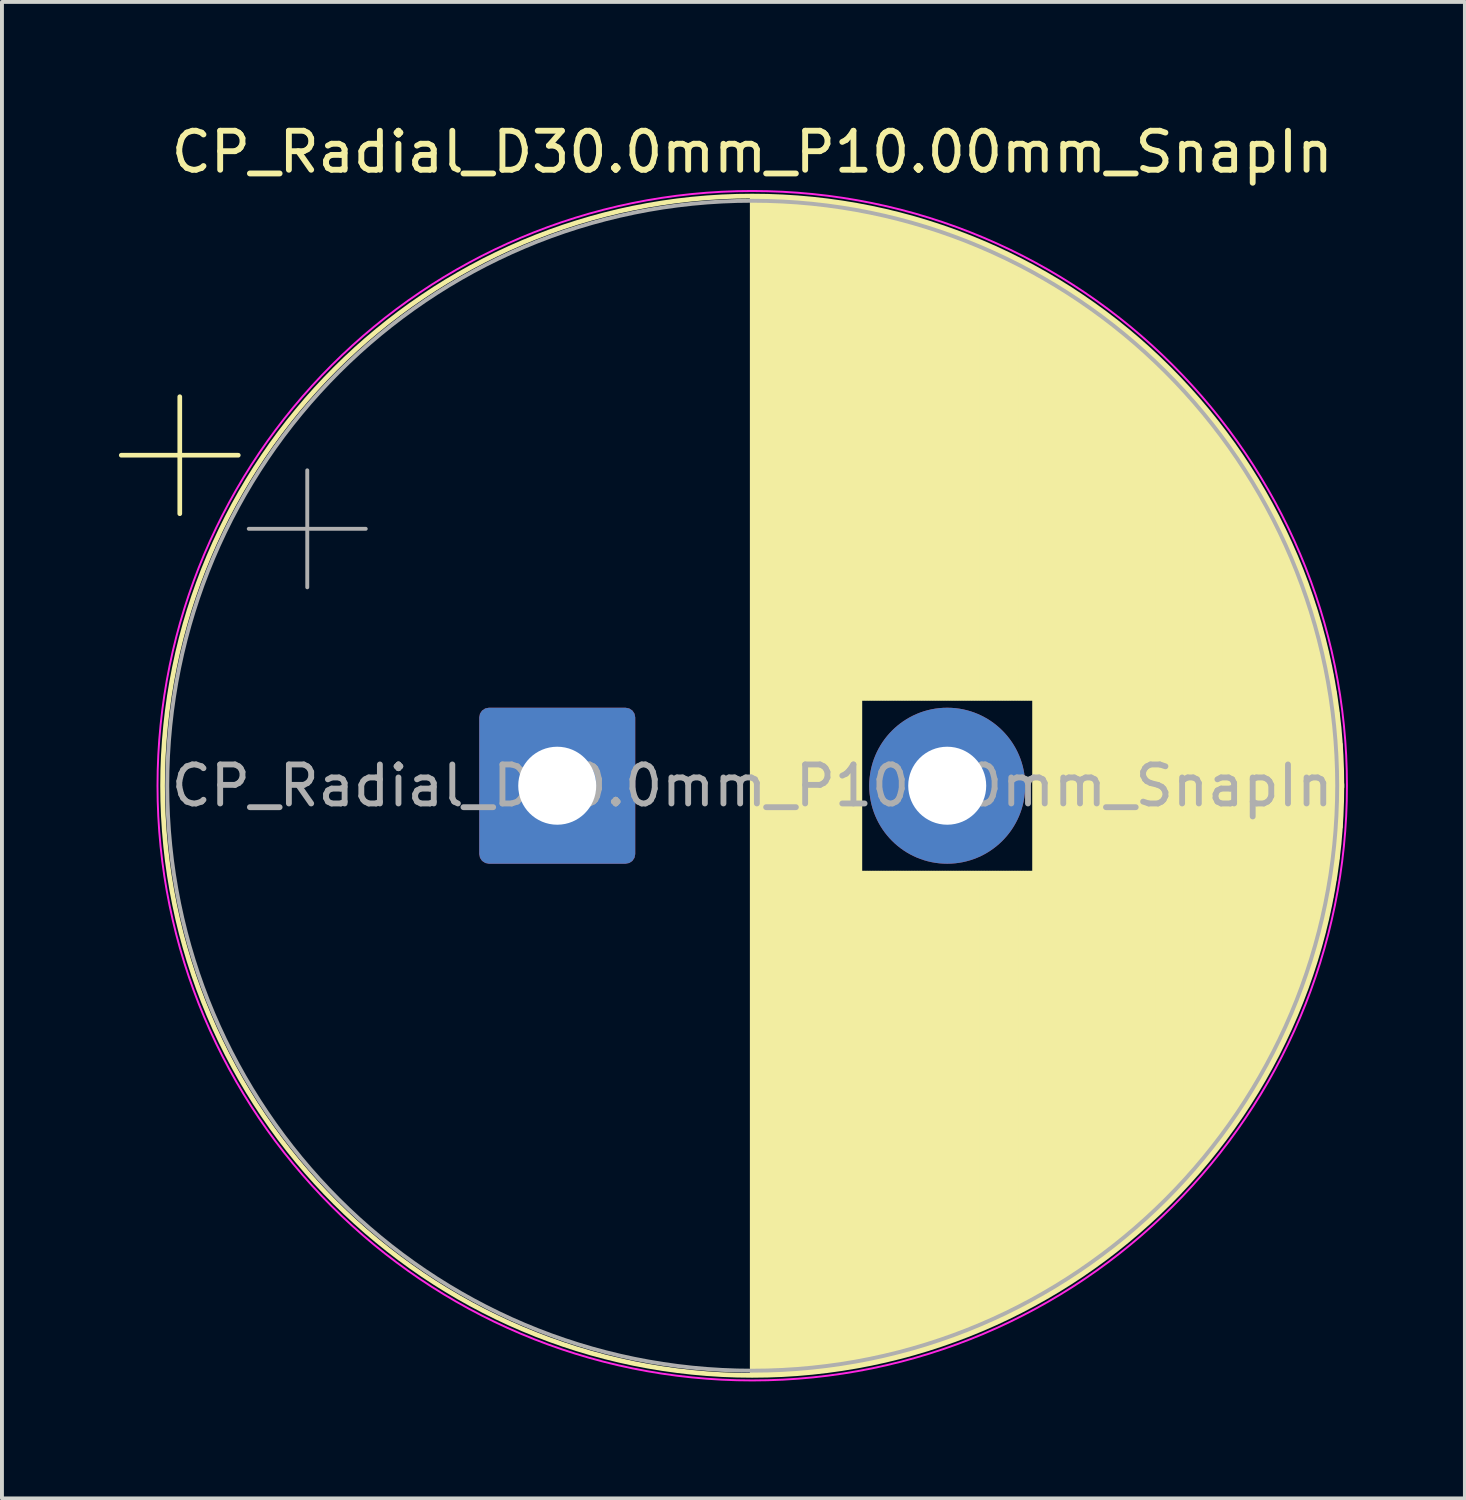
<source format=kicad_pcb>
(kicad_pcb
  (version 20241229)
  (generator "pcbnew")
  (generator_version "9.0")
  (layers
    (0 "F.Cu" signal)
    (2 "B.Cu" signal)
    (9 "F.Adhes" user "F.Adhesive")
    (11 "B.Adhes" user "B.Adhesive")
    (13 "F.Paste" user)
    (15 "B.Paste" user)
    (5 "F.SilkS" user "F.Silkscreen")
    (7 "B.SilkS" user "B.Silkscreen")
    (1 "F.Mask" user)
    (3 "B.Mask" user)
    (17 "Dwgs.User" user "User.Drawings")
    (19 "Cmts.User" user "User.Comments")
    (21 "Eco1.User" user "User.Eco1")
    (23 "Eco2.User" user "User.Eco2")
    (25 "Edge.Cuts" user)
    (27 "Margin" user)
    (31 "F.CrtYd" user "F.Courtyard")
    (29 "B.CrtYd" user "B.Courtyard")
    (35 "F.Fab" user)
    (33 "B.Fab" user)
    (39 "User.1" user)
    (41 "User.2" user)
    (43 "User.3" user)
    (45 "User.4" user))
  (footprint "CP_Radial_D30.0mm_P10.00mm_SnapIn"
    (layer "F.Cu")
    (at 11.239 17.098)
    (property "Reference" "CP_Radial_D30.0mm_P10.00mm_SnapIn" (at 5 -16.25 0) (layer "F.SilkS") (effects (font (size 1 1) (thickness 0.15))))
    (attr through_hole)
    (fp_line (start -11.179 -8.475) (end -8.179 -8.475) (stroke (width 0.12) (type solid)) (layer "F.SilkS"))
    (fp_line (start -9.679 -9.975) (end -9.679 -6.975) (stroke (width 0.12) (type solid)) (layer "F.SilkS"))
    (fp_line (start 5 -15.08) (end 5 15.08) (stroke (width 0.12) (type solid)) (layer "F.SilkS"))
    (fp_line (start 5.04 -15.08) (end 5.04 15.08) (stroke (width 0.12) (type solid)) (layer "F.SilkS"))
    (fp_line (start 5.08 -15.08) (end 5.08 15.08) (stroke (width 0.12) (type solid)) (layer "F.SilkS"))
    (fp_line (start 5.12 -15.08) (end 5.12 15.08) (stroke (width 0.12) (type solid)) (layer "F.SilkS"))
    (fp_line (start 5.16 -15.079) (end 5.16 15.079) (stroke (width 0.12) (type solid)) (layer "F.SilkS"))
    (fp_line (start 5.2 -15.079) (end 5.2 15.079) (stroke (width 0.12) (type solid)) (layer "F.SilkS"))
    (fp_line (start 5.24 -15.078) (end 5.24 15.078) (stroke (width 0.12) (type solid)) (layer "F.SilkS"))
    (fp_line (start 5.28 -15.077) (end 5.28 15.077) (stroke (width 0.12) (type solid)) (layer "F.SilkS"))
    (fp_line (start 5.32 -15.077) (end 5.32 15.077) (stroke (width 0.12) (type solid)) (layer "F.SilkS"))
    (fp_line (start 5.36 -15.076) (end 5.36 15.076) (stroke (width 0.12) (type solid)) (layer "F.SilkS"))
    (fp_line (start 5.4 -15.075) (end 5.4 15.075) (stroke (width 0.12) (type solid)) (layer "F.SilkS"))
    (fp_line (start 5.44 -15.074) (end 5.44 15.074) (stroke (width 0.12) (type solid)) (layer "F.SilkS"))
    (fp_line (start 5.48 -15.072) (end 5.48 15.072) (stroke (width 0.12) (type solid)) (layer "F.SilkS"))
    (fp_line (start 5.52 -15.071) (end 5.52 15.071) (stroke (width 0.12) (type solid)) (layer "F.SilkS"))
    (fp_line (start 5.56 -15.07) (end 5.56 15.07) (stroke (width 0.12) (type solid)) (layer "F.SilkS"))
    (fp_line (start 5.6 -15.068) (end 5.6 15.068) (stroke (width 0.12) (type solid)) (layer "F.SilkS"))
    (fp_line (start 5.64 -15.066) (end 5.64 15.066) (stroke (width 0.12) (type solid)) (layer "F.SilkS"))
    (fp_line (start 5.68 -15.065) (end 5.68 15.065) (stroke (width 0.12) (type solid)) (layer "F.SilkS"))
    (fp_line (start 5.72 -15.063) (end 5.72 15.063) (stroke (width 0.12) (type solid)) (layer "F.SilkS"))
    (fp_line (start 5.76 -15.061) (end 5.76 15.061) (stroke (width 0.12) (type solid)) (layer "F.SilkS"))
    (fp_line (start 5.8 -15.059) (end 5.8 15.059) (stroke (width 0.12) (type solid)) (layer "F.SilkS"))
    (fp_line (start 5.84 -15.057) (end 5.84 15.057) (stroke (width 0.12) (type solid)) (layer "F.SilkS"))
    (fp_line (start 5.88 -15.054) (end 5.88 15.054) (stroke (width 0.12) (type solid)) (layer "F.SilkS"))
    (fp_line (start 5.92 -15.052) (end 5.92 15.052) (stroke (width 0.12) (type solid)) (layer "F.SilkS"))
    (fp_line (start 5.96 -15.049) (end 5.96 15.049) (stroke (width 0.12) (type solid)) (layer "F.SilkS"))
    (fp_line (start 6 -15.047) (end 6 15.047) (stroke (width 0.12) (type solid)) (layer "F.SilkS"))
    (fp_line (start 6.04 -15.044) (end 6.04 15.044) (stroke (width 0.12) (type solid)) (layer "F.SilkS"))
    (fp_line (start 6.08 -15.041) (end 6.08 15.041) (stroke (width 0.12) (type solid)) (layer "F.SilkS"))
    (fp_line (start 6.12 -15.038) (end 6.12 15.038) (stroke (width 0.12) (type solid)) (layer "F.SilkS"))
    (fp_line (start 6.16 -15.035) (end 6.16 15.035) (stroke (width 0.12) (type solid)) (layer "F.SilkS"))
    (fp_line (start 6.2 -15.032) (end 6.2 15.032) (stroke (width 0.12) (type solid)) (layer "F.SilkS"))
    (fp_line (start 6.24 -15.029) (end 6.24 15.029) (stroke (width 0.12) (type solid)) (layer "F.SilkS"))
    (fp_line (start 6.28 -15.026) (end 6.28 15.026) (stroke (width 0.12) (type solid)) (layer "F.SilkS"))
    (fp_line (start 6.32 -15.022) (end 6.32 15.022) (stroke (width 0.12) (type solid)) (layer "F.SilkS"))
    (fp_line (start 6.36 -15.019) (end 6.36 15.019) (stroke (width 0.12) (type solid)) (layer "F.SilkS"))
    (fp_line (start 6.4 -15.015) (end 6.4 15.015) (stroke (width 0.12) (type solid)) (layer "F.SilkS"))
    (fp_line (start 6.44 -15.011) (end 6.44 15.011) (stroke (width 0.12) (type solid)) (layer "F.SilkS"))
    (fp_line (start 6.48 -15.007) (end 6.48 15.007) (stroke (width 0.12) (type solid)) (layer "F.SilkS"))
    (fp_line (start 6.52 -15.003) (end 6.52 15.003) (stroke (width 0.12) (type solid)) (layer "F.SilkS"))
    (fp_line (start 6.56 -14.999) (end 6.56 14.999) (stroke (width 0.12) (type solid)) (layer "F.SilkS"))
    (fp_line (start 6.6 -14.995) (end 6.6 14.995) (stroke (width 0.12) (type solid)) (layer "F.SilkS"))
    (fp_line (start 6.64 -14.991) (end 6.64 14.991) (stroke (width 0.12) (type solid)) (layer "F.SilkS"))
    (fp_line (start 6.68 -14.986) (end 6.68 14.986) (stroke (width 0.12) (type solid)) (layer "F.SilkS"))
    (fp_line (start 6.72 -14.982) (end 6.72 14.982) (stroke (width 0.12) (type solid)) (layer "F.SilkS"))
    (fp_line (start 6.76 -14.977) (end 6.76 14.977) (stroke (width 0.12) (type solid)) (layer "F.SilkS"))
    (fp_line (start 6.8 -14.972) (end 6.8 14.972) (stroke (width 0.12) (type solid)) (layer "F.SilkS"))
    (fp_line (start 6.84 -14.968) (end 6.84 14.968) (stroke (width 0.12) (type solid)) (layer "F.SilkS"))
    (fp_line (start 6.88 -14.963) (end 6.88 14.963) (stroke (width 0.12) (type solid)) (layer "F.SilkS"))
    (fp_line (start 6.92 -14.958) (end 6.92 14.958) (stroke (width 0.12) (type solid)) (layer "F.SilkS"))
    (fp_line (start 6.96 -14.952) (end 6.96 14.952) (stroke (width 0.12) (type solid)) (layer "F.SilkS"))
    (fp_line (start 7 -14.947) (end 7 14.947) (stroke (width 0.12) (type solid)) (layer "F.SilkS"))
    (fp_line (start 7.04 -14.942) (end 7.04 14.942) (stroke (width 0.12) (type solid)) (layer "F.SilkS"))
    (fp_line (start 7.08 -14.936) (end 7.08 14.936) (stroke (width 0.12) (type solid)) (layer "F.SilkS"))
    (fp_line (start 7.12 -14.931) (end 7.12 14.931) (stroke (width 0.12) (type solid)) (layer "F.SilkS"))
    (fp_line (start 7.16 -14.925) (end 7.16 14.925) (stroke (width 0.12) (type solid)) (layer "F.SilkS"))
    (fp_line (start 7.2 -14.919) (end 7.2 14.919) (stroke (width 0.12) (type solid)) (layer "F.SilkS"))
    (fp_line (start 7.24 -14.913) (end 7.24 14.913) (stroke (width 0.12) (type solid)) (layer "F.SilkS"))
    (fp_line (start 7.28 -14.907) (end 7.28 14.907) (stroke (width 0.12) (type solid)) (layer "F.SilkS"))
    (fp_line (start 7.32 -14.901) (end 7.32 14.901) (stroke (width 0.12) (type solid)) (layer "F.SilkS"))
    (fp_line (start 7.36 -14.895) (end 7.36 14.895) (stroke (width 0.12) (type solid)) (layer "F.SilkS"))
    (fp_line (start 7.4 -14.888) (end 7.4 14.888) (stroke (width 0.12) (type solid)) (layer "F.SilkS"))
    (fp_line (start 7.44 -14.882) (end 7.44 14.882) (stroke (width 0.12) (type solid)) (layer "F.SilkS"))
    (fp_line (start 7.48 -14.875) (end 7.48 14.875) (stroke (width 0.12) (type solid)) (layer "F.SilkS"))
    (fp_line (start 7.52 -14.869) (end 7.52 14.869) (stroke (width 0.12) (type solid)) (layer "F.SilkS"))
    (fp_line (start 7.56 -14.862) (end 7.56 14.862) (stroke (width 0.12) (type solid)) (layer "F.SilkS"))
    (fp_line (start 7.6 -14.855) (end 7.6 14.855) (stroke (width 0.12) (type solid)) (layer "F.SilkS"))
    (fp_line (start 7.64 -14.848) (end 7.64 14.848) (stroke (width 0.12) (type solid)) (layer "F.SilkS"))
    (fp_line (start 7.68 -14.841) (end 7.68 14.841) (stroke (width 0.12) (type solid)) (layer "F.SilkS"))
    (fp_line (start 7.72 -14.833) (end 7.72 14.833) (stroke (width 0.12) (type solid)) (layer "F.SilkS"))
    (fp_line (start 7.76 -14.826) (end 7.76 14.826) (stroke (width 0.12) (type solid)) (layer "F.SilkS"))
    (fp_line (start 7.8 -14.818) (end 7.8 -2.24) (stroke (width 0.12) (type solid)) (layer "F.SilkS"))
    (fp_line (start 7.8 2.24) (end 7.8 14.818) (stroke (width 0.12) (type solid)) (layer "F.SilkS"))
    (fp_line (start 7.84 -14.811) (end 7.84 -2.24) (stroke (width 0.12) (type solid)) (layer "F.SilkS"))
    (fp_line (start 7.84 2.24) (end 7.84 14.811) (stroke (width 0.12) (type solid)) (layer "F.SilkS"))
    (fp_line (start 7.88 -14.803) (end 7.88 -2.24) (stroke (width 0.12) (type solid)) (layer "F.SilkS"))
    (fp_line (start 7.88 2.24) (end 7.88 14.803) (stroke (width 0.12) (type solid)) (layer "F.SilkS"))
    (fp_line (start 7.92 -14.795) (end 7.92 -2.24) (stroke (width 0.12) (type solid)) (layer "F.SilkS"))
    (fp_line (start 7.92 2.24) (end 7.92 14.795) (stroke (width 0.12) (type solid)) (layer "F.SilkS"))
    (fp_line (start 7.96 -14.787) (end 7.96 -2.24) (stroke (width 0.12) (type solid)) (layer "F.SilkS"))
    (fp_line (start 7.96 2.24) (end 7.96 14.787) (stroke (width 0.12) (type solid)) (layer "F.SilkS"))
    (fp_line (start 8 -14.779) (end 8 -2.24) (stroke (width 0.12) (type solid)) (layer "F.SilkS"))
    (fp_line (start 8 2.24) (end 8 14.779) (stroke (width 0.12) (type solid)) (layer "F.SilkS"))
    (fp_line (start 8.04 -14.771) (end 8.04 -2.24) (stroke (width 0.12) (type solid)) (layer "F.SilkS"))
    (fp_line (start 8.04 2.24) (end 8.04 14.771) (stroke (width 0.12) (type solid)) (layer "F.SilkS"))
    (fp_line (start 8.08 -14.763) (end 8.08 -2.24) (stroke (width 0.12) (type solid)) (layer "F.SilkS"))
    (fp_line (start 8.08 2.24) (end 8.08 14.763) (stroke (width 0.12) (type solid)) (layer "F.SilkS"))
    (fp_line (start 8.12 -14.755) (end 8.12 -2.24) (stroke (width 0.12) (type solid)) (layer "F.SilkS"))
    (fp_line (start 8.12 2.24) (end 8.12 14.755) (stroke (width 0.12) (type solid)) (layer "F.SilkS"))
    (fp_line (start 8.16 -14.746) (end 8.16 -2.24) (stroke (width 0.12) (type solid)) (layer "F.SilkS"))
    (fp_line (start 8.16 2.24) (end 8.16 14.746) (stroke (width 0.12) (type solid)) (layer "F.SilkS"))
    (fp_line (start 8.2 -14.737) (end 8.2 -2.24) (stroke (width 0.12) (type solid)) (layer "F.SilkS"))
    (fp_line (start 8.2 2.24) (end 8.2 14.737) (stroke (width 0.12) (type solid)) (layer "F.SilkS"))
    (fp_line (start 8.24 -14.729) (end 8.24 -2.24) (stroke (width 0.12) (type solid)) (layer "F.SilkS"))
    (fp_line (start 8.24 2.24) (end 8.24 14.729) (stroke (width 0.12) (type solid)) (layer "F.SilkS"))
    (fp_line (start 8.28 -14.72) (end 8.28 -2.24) (stroke (width 0.12) (type solid)) (layer "F.SilkS"))
    (fp_line (start 8.28 2.24) (end 8.28 14.72) (stroke (width 0.12) (type solid)) (layer "F.SilkS"))
    (fp_line (start 8.32 -14.711) (end 8.32 -2.24) (stroke (width 0.12) (type solid)) (layer "F.SilkS"))
    (fp_line (start 8.32 2.24) (end 8.32 14.711) (stroke (width 0.12) (type solid)) (layer "F.SilkS"))
    (fp_line (start 8.36 -14.702) (end 8.36 -2.24) (stroke (width 0.12) (type solid)) (layer "F.SilkS"))
    (fp_line (start 8.36 2.24) (end 8.36 14.702) (stroke (width 0.12) (type solid)) (layer "F.SilkS"))
    (fp_line (start 8.4 -14.693) (end 8.4 -2.24) (stroke (width 0.12) (type solid)) (layer "F.SilkS"))
    (fp_line (start 8.4 2.24) (end 8.4 14.693) (stroke (width 0.12) (type solid)) (layer "F.SilkS"))
    (fp_line (start 8.44 -14.683) (end 8.44 -2.24) (stroke (width 0.12) (type solid)) (layer "F.SilkS"))
    (fp_line (start 8.44 2.24) (end 8.44 14.683) (stroke (width 0.12) (type solid)) (layer "F.SilkS"))
    (fp_line (start 8.48 -14.674) (end 8.48 -2.24) (stroke (width 0.12) (type solid)) (layer "F.SilkS"))
    (fp_line (start 8.48 2.24) (end 8.48 14.674) (stroke (width 0.12) (type solid)) (layer "F.SilkS"))
    (fp_line (start 8.52 -14.665) (end 8.52 -2.24) (stroke (width 0.12) (type solid)) (layer "F.SilkS"))
    (fp_line (start 8.52 2.24) (end 8.52 14.665) (stroke (width 0.12) (type solid)) (layer "F.SilkS"))
    (fp_line (start 8.56 -14.655) (end 8.56 -2.24) (stroke (width 0.12) (type solid)) (layer "F.SilkS"))
    (fp_line (start 8.56 2.24) (end 8.56 14.655) (stroke (width 0.12) (type solid)) (layer "F.SilkS"))
    (fp_line (start 8.6 -14.645) (end 8.6 -2.24) (stroke (width 0.12) (type solid)) (layer "F.SilkS"))
    (fp_line (start 8.6 2.24) (end 8.6 14.645) (stroke (width 0.12) (type solid)) (layer "F.SilkS"))
    (fp_line (start 8.64 -14.635) (end 8.64 -2.24) (stroke (width 0.12) (type solid)) (layer "F.SilkS"))
    (fp_line (start 8.64 2.24) (end 8.64 14.635) (stroke (width 0.12) (type solid)) (layer "F.SilkS"))
    (fp_line (start 8.68 -14.625) (end 8.68 -2.24) (stroke (width 0.12) (type solid)) (layer "F.SilkS"))
    (fp_line (start 8.68 2.24) (end 8.68 14.625) (stroke (width 0.12) (type solid)) (layer "F.SilkS"))
    (fp_line (start 8.72 -14.615) (end 8.72 -2.24) (stroke (width 0.12) (type solid)) (layer "F.SilkS"))
    (fp_line (start 8.72 2.24) (end 8.72 14.615) (stroke (width 0.12) (type solid)) (layer "F.SilkS"))
    (fp_line (start 8.76 -14.605) (end 8.76 -2.24) (stroke (width 0.12) (type solid)) (layer "F.SilkS"))
    (fp_line (start 8.76 2.24) (end 8.76 14.605) (stroke (width 0.12) (type solid)) (layer "F.SilkS"))
    (fp_line (start 8.8 -14.595) (end 8.8 -2.24) (stroke (width 0.12) (type solid)) (layer "F.SilkS"))
    (fp_line (start 8.8 2.24) (end 8.8 14.595) (stroke (width 0.12) (type solid)) (layer "F.SilkS"))
    (fp_line (start 8.84 -14.584) (end 8.84 -2.24) (stroke (width 0.12) (type solid)) (layer "F.SilkS"))
    (fp_line (start 8.84 2.24) (end 8.84 14.584) (stroke (width 0.12) (type solid)) (layer "F.SilkS"))
    (fp_line (start 8.88 -14.574) (end 8.88 -2.24) (stroke (width 0.12) (type solid)) (layer "F.SilkS"))
    (fp_line (start 8.88 2.24) (end 8.88 14.574) (stroke (width 0.12) (type solid)) (layer "F.SilkS"))
    (fp_line (start 8.92 -14.563) (end 8.92 -2.24) (stroke (width 0.12) (type solid)) (layer "F.SilkS"))
    (fp_line (start 8.92 2.24) (end 8.92 14.563) (stroke (width 0.12) (type solid)) (layer "F.SilkS"))
    (fp_line (start 8.96 -14.552) (end 8.96 -2.24) (stroke (width 0.12) (type solid)) (layer "F.SilkS"))
    (fp_line (start 8.96 2.24) (end 8.96 14.552) (stroke (width 0.12) (type solid)) (layer "F.SilkS"))
    (fp_line (start 9 -14.541) (end 9 -2.24) (stroke (width 0.12) (type solid)) (layer "F.SilkS"))
    (fp_line (start 9 2.24) (end 9 14.541) (stroke (width 0.12) (type solid)) (layer "F.SilkS"))
    (fp_line (start 9.04 -14.53) (end 9.04 -2.24) (stroke (width 0.12) (type solid)) (layer "F.SilkS"))
    (fp_line (start 9.04 2.24) (end 9.04 14.53) (stroke (width 0.12) (type solid)) (layer "F.SilkS"))
    (fp_line (start 9.08 -14.519) (end 9.08 -2.24) (stroke (width 0.12) (type solid)) (layer "F.SilkS"))
    (fp_line (start 9.08 2.24) (end 9.08 14.519) (stroke (width 0.12) (type solid)) (layer "F.SilkS"))
    (fp_line (start 9.12 -14.508) (end 9.12 -2.24) (stroke (width 0.12) (type solid)) (layer "F.SilkS"))
    (fp_line (start 9.12 2.24) (end 9.12 14.508) (stroke (width 0.12) (type solid)) (layer "F.SilkS"))
    (fp_line (start 9.16 -14.496) (end 9.16 -2.24) (stroke (width 0.12) (type solid)) (layer "F.SilkS"))
    (fp_line (start 9.16 2.24) (end 9.16 14.496) (stroke (width 0.12) (type solid)) (layer "F.SilkS"))
    (fp_line (start 9.2 -14.485) (end 9.2 -2.24) (stroke (width 0.12) (type solid)) (layer "F.SilkS"))
    (fp_line (start 9.2 2.24) (end 9.2 14.485) (stroke (width 0.12) (type solid)) (layer "F.SilkS"))
    (fp_line (start 9.24 -14.473) (end 9.24 -2.24) (stroke (width 0.12) (type solid)) (layer "F.SilkS"))
    (fp_line (start 9.24 2.24) (end 9.24 14.473) (stroke (width 0.12) (type solid)) (layer "F.SilkS"))
    (fp_line (start 9.28 -14.462) (end 9.28 -2.24) (stroke (width 0.12) (type solid)) (layer "F.SilkS"))
    (fp_line (start 9.28 2.24) (end 9.28 14.462) (stroke (width 0.12) (type solid)) (layer "F.SilkS"))
    (fp_line (start 9.32 -14.45) (end 9.32 -2.24) (stroke (width 0.12) (type solid)) (layer "F.SilkS"))
    (fp_line (start 9.32 2.24) (end 9.32 14.45) (stroke (width 0.12) (type solid)) (layer "F.SilkS"))
    (fp_line (start 9.36 -14.438) (end 9.36 -2.24) (stroke (width 0.12) (type solid)) (layer "F.SilkS"))
    (fp_line (start 9.36 2.24) (end 9.36 14.438) (stroke (width 0.12) (type solid)) (layer "F.SilkS"))
    (fp_line (start 9.4 -14.426) (end 9.4 -2.24) (stroke (width 0.12) (type solid)) (layer "F.SilkS"))
    (fp_line (start 9.4 2.24) (end 9.4 14.426) (stroke (width 0.12) (type solid)) (layer "F.SilkS"))
    (fp_line (start 9.44 -14.413) (end 9.44 -2.24) (stroke (width 0.12) (type solid)) (layer "F.SilkS"))
    (fp_line (start 9.44 2.24) (end 9.44 14.413) (stroke (width 0.12) (type solid)) (layer "F.SilkS"))
    (fp_line (start 9.48 -14.401) (end 9.48 -2.24) (stroke (width 0.12) (type solid)) (layer "F.SilkS"))
    (fp_line (start 9.48 2.24) (end 9.48 14.401) (stroke (width 0.12) (type solid)) (layer "F.SilkS"))
    (fp_line (start 9.52 -14.389) (end 9.52 -2.24) (stroke (width 0.12) (type solid)) (layer "F.SilkS"))
    (fp_line (start 9.52 2.24) (end 9.52 14.389) (stroke (width 0.12) (type solid)) (layer "F.SilkS"))
    (fp_line (start 9.56 -14.376) (end 9.56 -2.24) (stroke (width 0.12) (type solid)) (layer "F.SilkS"))
    (fp_line (start 9.56 2.24) (end 9.56 14.376) (stroke (width 0.12) (type solid)) (layer "F.SilkS"))
    (fp_line (start 9.6 -14.363) (end 9.6 -2.24) (stroke (width 0.12) (type solid)) (layer "F.SilkS"))
    (fp_line (start 9.6 2.24) (end 9.6 14.363) (stroke (width 0.12) (type solid)) (layer "F.SilkS"))
    (fp_line (start 9.64 -14.35) (end 9.64 -2.24) (stroke (width 0.12) (type solid)) (layer "F.SilkS"))
    (fp_line (start 9.64 2.24) (end 9.64 14.35) (stroke (width 0.12) (type solid)) (layer "F.SilkS"))
    (fp_line (start 9.68 -14.337) (end 9.68 -2.24) (stroke (width 0.12) (type solid)) (layer "F.SilkS"))
    (fp_line (start 9.68 2.24) (end 9.68 14.337) (stroke (width 0.12) (type solid)) (layer "F.SilkS"))
    (fp_line (start 9.72 -14.324) (end 9.72 -2.24) (stroke (width 0.12) (type solid)) (layer "F.SilkS"))
    (fp_line (start 9.72 2.24) (end 9.72 14.324) (stroke (width 0.12) (type solid)) (layer "F.SilkS"))
    (fp_line (start 9.76 -14.311) (end 9.76 -2.24) (stroke (width 0.12) (type solid)) (layer "F.SilkS"))
    (fp_line (start 9.76 2.24) (end 9.76 14.311) (stroke (width 0.12) (type solid)) (layer "F.SilkS"))
    (fp_line (start 9.8 -14.298) (end 9.8 -2.24) (stroke (width 0.12) (type solid)) (layer "F.SilkS"))
    (fp_line (start 9.8 2.24) (end 9.8 14.298) (stroke (width 0.12) (type solid)) (layer "F.SilkS"))
    (fp_line (start 9.84 -14.284) (end 9.84 -2.24) (stroke (width 0.12) (type solid)) (layer "F.SilkS"))
    (fp_line (start 9.84 2.24) (end 9.84 14.284) (stroke (width 0.12) (type solid)) (layer "F.SilkS"))
    (fp_line (start 9.88 -14.271) (end 9.88 -2.24) (stroke (width 0.12) (type solid)) (layer "F.SilkS"))
    (fp_line (start 9.88 2.24) (end 9.88 14.271) (stroke (width 0.12) (type solid)) (layer "F.SilkS"))
    (fp_line (start 9.92 -14.257) (end 9.92 -2.24) (stroke (width 0.12) (type solid)) (layer "F.SilkS"))
    (fp_line (start 9.92 2.24) (end 9.92 14.257) (stroke (width 0.12) (type solid)) (layer "F.SilkS"))
    (fp_line (start 9.96 -14.243) (end 9.96 -2.24) (stroke (width 0.12) (type solid)) (layer "F.SilkS"))
    (fp_line (start 9.96 2.24) (end 9.96 14.243) (stroke (width 0.12) (type solid)) (layer "F.SilkS"))
    (fp_line (start 10 -14.229) (end 10 -2.24) (stroke (width 0.12) (type solid)) (layer "F.SilkS"))
    (fp_line (start 10 2.24) (end 10 14.229) (stroke (width 0.12) (type solid)) (layer "F.SilkS"))
    (fp_line (start 10.04 -14.215) (end 10.04 -2.24) (stroke (width 0.12) (type solid)) (layer "F.SilkS"))
    (fp_line (start 10.04 2.24) (end 10.04 14.215) (stroke (width 0.12) (type solid)) (layer "F.SilkS"))
    (fp_line (start 10.08 -14.201) (end 10.08 -2.24) (stroke (width 0.12) (type solid)) (layer "F.SilkS"))
    (fp_line (start 10.08 2.24) (end 10.08 14.201) (stroke (width 0.12) (type solid)) (layer "F.SilkS"))
    (fp_line (start 10.12 -14.187) (end 10.12 -2.24) (stroke (width 0.12) (type solid)) (layer "F.SilkS"))
    (fp_line (start 10.12 2.24) (end 10.12 14.187) (stroke (width 0.12) (type solid)) (layer "F.SilkS"))
    (fp_line (start 10.16 -14.172) (end 10.16 -2.24) (stroke (width 0.12) (type solid)) (layer "F.SilkS"))
    (fp_line (start 10.16 2.24) (end 10.16 14.172) (stroke (width 0.12) (type solid)) (layer "F.SilkS"))
    (fp_line (start 10.2 -14.158) (end 10.2 -2.24) (stroke (width 0.12) (type solid)) (layer "F.SilkS"))
    (fp_line (start 10.2 2.24) (end 10.2 14.158) (stroke (width 0.12) (type solid)) (layer "F.SilkS"))
    (fp_line (start 10.24 -14.143) (end 10.24 -2.24) (stroke (width 0.12) (type solid)) (layer "F.SilkS"))
    (fp_line (start 10.24 2.24) (end 10.24 14.143) (stroke (width 0.12) (type solid)) (layer "F.SilkS"))
    (fp_line (start 10.28 -14.128) (end 10.28 -2.24) (stroke (width 0.12) (type solid)) (layer "F.SilkS"))
    (fp_line (start 10.28 2.24) (end 10.28 14.128) (stroke (width 0.12) (type solid)) (layer "F.SilkS"))
    (fp_line (start 10.32 -14.113) (end 10.32 -2.24) (stroke (width 0.12) (type solid)) (layer "F.SilkS"))
    (fp_line (start 10.32 2.24) (end 10.32 14.113) (stroke (width 0.12) (type solid)) (layer "F.SilkS"))
    (fp_line (start 10.36 -14.098) (end 10.36 -2.24) (stroke (width 0.12) (type solid)) (layer "F.SilkS"))
    (fp_line (start 10.36 2.24) (end 10.36 14.098) (stroke (width 0.12) (type solid)) (layer "F.SilkS"))
    (fp_line (start 10.4 -14.083) (end 10.4 -2.24) (stroke (width 0.12) (type solid)) (layer "F.SilkS"))
    (fp_line (start 10.4 2.24) (end 10.4 14.083) (stroke (width 0.12) (type solid)) (layer "F.SilkS"))
    (fp_line (start 10.44 -14.067) (end 10.44 -2.24) (stroke (width 0.12) (type solid)) (layer "F.SilkS"))
    (fp_line (start 10.44 2.24) (end 10.44 14.067) (stroke (width 0.12) (type solid)) (layer "F.SilkS"))
    (fp_line (start 10.48 -14.052) (end 10.48 -2.24) (stroke (width 0.12) (type solid)) (layer "F.SilkS"))
    (fp_line (start 10.48 2.24) (end 10.48 14.052) (stroke (width 0.12) (type solid)) (layer "F.SilkS"))
    (fp_line (start 10.52 -14.036) (end 10.52 -2.24) (stroke (width 0.12) (type solid)) (layer "F.SilkS"))
    (fp_line (start 10.52 2.24) (end 10.52 14.036) (stroke (width 0.12) (type solid)) (layer "F.SilkS"))
    (fp_line (start 10.56 -14.021) (end 10.56 -2.24) (stroke (width 0.12) (type solid)) (layer "F.SilkS"))
    (fp_line (start 10.56 2.24) (end 10.56 14.021) (stroke (width 0.12) (type solid)) (layer "F.SilkS"))
    (fp_line (start 10.6 -14.005) (end 10.6 -2.24) (stroke (width 0.12) (type solid)) (layer "F.SilkS"))
    (fp_line (start 10.6 2.24) (end 10.6 14.005) (stroke (width 0.12) (type solid)) (layer "F.SilkS"))
    (fp_line (start 10.64 -13.989) (end 10.64 -2.24) (stroke (width 0.12) (type solid)) (layer "F.SilkS"))
    (fp_line (start 10.64 2.24) (end 10.64 13.989) (stroke (width 0.12) (type solid)) (layer "F.SilkS"))
    (fp_line (start 10.68 -13.973) (end 10.68 -2.24) (stroke (width 0.12) (type solid)) (layer "F.SilkS"))
    (fp_line (start 10.68 2.24) (end 10.68 13.973) (stroke (width 0.12) (type solid)) (layer "F.SilkS"))
    (fp_line (start 10.72 -13.956) (end 10.72 -2.24) (stroke (width 0.12) (type solid)) (layer "F.SilkS"))
    (fp_line (start 10.72 2.24) (end 10.72 13.956) (stroke (width 0.12) (type solid)) (layer "F.SilkS"))
    (fp_line (start 10.76 -13.94) (end 10.76 -2.24) (stroke (width 0.12) (type solid)) (layer "F.SilkS"))
    (fp_line (start 10.76 2.24) (end 10.76 13.94) (stroke (width 0.12) (type solid)) (layer "F.SilkS"))
    (fp_line (start 10.8 -13.923) (end 10.8 -2.24) (stroke (width 0.12) (type solid)) (layer "F.SilkS"))
    (fp_line (start 10.8 2.24) (end 10.8 13.923) (stroke (width 0.12) (type solid)) (layer "F.SilkS"))
    (fp_line (start 10.84 -13.907) (end 10.84 -2.24) (stroke (width 0.12) (type solid)) (layer "F.SilkS"))
    (fp_line (start 10.84 2.24) (end 10.84 13.907) (stroke (width 0.12) (type solid)) (layer "F.SilkS"))
    (fp_line (start 10.88 -13.89) (end 10.88 -2.24) (stroke (width 0.12) (type solid)) (layer "F.SilkS"))
    (fp_line (start 10.88 2.24) (end 10.88 13.89) (stroke (width 0.12) (type solid)) (layer "F.SilkS"))
    (fp_line (start 10.92 -13.873) (end 10.92 -2.24) (stroke (width 0.12) (type solid)) (layer "F.SilkS"))
    (fp_line (start 10.92 2.24) (end 10.92 13.873) (stroke (width 0.12) (type solid)) (layer "F.SilkS"))
    (fp_line (start 10.96 -13.856) (end 10.96 -2.24) (stroke (width 0.12) (type solid)) (layer "F.SilkS"))
    (fp_line (start 10.96 2.24) (end 10.96 13.856) (stroke (width 0.12) (type solid)) (layer "F.SilkS"))
    (fp_line (start 11 -13.839) (end 11 -2.24) (stroke (width 0.12) (type solid)) (layer "F.SilkS"))
    (fp_line (start 11 2.24) (end 11 13.839) (stroke (width 0.12) (type solid)) (layer "F.SilkS"))
    (fp_line (start 11.04 -13.821) (end 11.04 -2.24) (stroke (width 0.12) (type solid)) (layer "F.SilkS"))
    (fp_line (start 11.04 2.24) (end 11.04 13.821) (stroke (width 0.12) (type solid)) (layer "F.SilkS"))
    (fp_line (start 11.08 -13.804) (end 11.08 -2.24) (stroke (width 0.12) (type solid)) (layer "F.SilkS"))
    (fp_line (start 11.08 2.24) (end 11.08 13.804) (stroke (width 0.12) (type solid)) (layer "F.SilkS"))
    (fp_line (start 11.12 -13.786) (end 11.12 -2.24) (stroke (width 0.12) (type solid)) (layer "F.SilkS"))
    (fp_line (start 11.12 2.24) (end 11.12 13.786) (stroke (width 0.12) (type solid)) (layer "F.SilkS"))
    (fp_line (start 11.16 -13.768) (end 11.16 -2.24) (stroke (width 0.12) (type solid)) (layer "F.SilkS"))
    (fp_line (start 11.16 2.24) (end 11.16 13.768) (stroke (width 0.12) (type solid)) (layer "F.SilkS"))
    (fp_line (start 11.2 -13.75) (end 11.2 -2.24) (stroke (width 0.12) (type solid)) (layer "F.SilkS"))
    (fp_line (start 11.2 2.24) (end 11.2 13.75) (stroke (width 0.12) (type solid)) (layer "F.SilkS"))
    (fp_line (start 11.24 -13.732) (end 11.24 -2.24) (stroke (width 0.12) (type solid)) (layer "F.SilkS"))
    (fp_line (start 11.24 2.24) (end 11.24 13.732) (stroke (width 0.12) (type solid)) (layer "F.SilkS"))
    (fp_line (start 11.28 -13.714) (end 11.28 -2.24) (stroke (width 0.12) (type solid)) (layer "F.SilkS"))
    (fp_line (start 11.28 2.24) (end 11.28 13.714) (stroke (width 0.12) (type solid)) (layer "F.SilkS"))
    (fp_line (start 11.32 -13.696) (end 11.32 -2.24) (stroke (width 0.12) (type solid)) (layer "F.SilkS"))
    (fp_line (start 11.32 2.24) (end 11.32 13.696) (stroke (width 0.12) (type solid)) (layer "F.SilkS"))
    (fp_line (start 11.36 -13.677) (end 11.36 -2.24) (stroke (width 0.12) (type solid)) (layer "F.SilkS"))
    (fp_line (start 11.36 2.24) (end 11.36 13.677) (stroke (width 0.12) (type solid)) (layer "F.SilkS"))
    (fp_line (start 11.4 -13.659) (end 11.4 -2.24) (stroke (width 0.12) (type solid)) (layer "F.SilkS"))
    (fp_line (start 11.4 2.24) (end 11.4 13.659) (stroke (width 0.12) (type solid)) (layer "F.SilkS"))
    (fp_line (start 11.44 -13.64) (end 11.44 -2.24) (stroke (width 0.12) (type solid)) (layer "F.SilkS"))
    (fp_line (start 11.44 2.24) (end 11.44 13.64) (stroke (width 0.12) (type solid)) (layer "F.SilkS"))
    (fp_line (start 11.48 -13.621) (end 11.48 -2.24) (stroke (width 0.12) (type solid)) (layer "F.SilkS"))
    (fp_line (start 11.48 2.24) (end 11.48 13.621) (stroke (width 0.12) (type solid)) (layer "F.SilkS"))
    (fp_line (start 11.52 -13.602) (end 11.52 -2.24) (stroke (width 0.12) (type solid)) (layer "F.SilkS"))
    (fp_line (start 11.52 2.24) (end 11.52 13.602) (stroke (width 0.12) (type solid)) (layer "F.SilkS"))
    (fp_line (start 11.56 -13.583) (end 11.56 -2.24) (stroke (width 0.12) (type solid)) (layer "F.SilkS"))
    (fp_line (start 11.56 2.24) (end 11.56 13.583) (stroke (width 0.12) (type solid)) (layer "F.SilkS"))
    (fp_line (start 11.6 -13.563) (end 11.6 -2.24) (stroke (width 0.12) (type solid)) (layer "F.SilkS"))
    (fp_line (start 11.6 2.24) (end 11.6 13.563) (stroke (width 0.12) (type solid)) (layer "F.SilkS"))
    (fp_line (start 11.64 -13.544) (end 11.64 -2.24) (stroke (width 0.12) (type solid)) (layer "F.SilkS"))
    (fp_line (start 11.64 2.24) (end 11.64 13.544) (stroke (width 0.12) (type solid)) (layer "F.SilkS"))
    (fp_line (start 11.68 -13.524) (end 11.68 -2.24) (stroke (width 0.12) (type solid)) (layer "F.SilkS"))
    (fp_line (start 11.68 2.24) (end 11.68 13.524) (stroke (width 0.12) (type solid)) (layer "F.SilkS"))
    (fp_line (start 11.72 -13.505) (end 11.72 -2.24) (stroke (width 0.12) (type solid)) (layer "F.SilkS"))
    (fp_line (start 11.72 2.24) (end 11.72 13.505) (stroke (width 0.12) (type solid)) (layer "F.SilkS"))
    (fp_line (start 11.76 -13.485) (end 11.76 -2.24) (stroke (width 0.12) (type solid)) (layer "F.SilkS"))
    (fp_line (start 11.76 2.24) (end 11.76 13.485) (stroke (width 0.12) (type solid)) (layer "F.SilkS"))
    (fp_line (start 11.8 -13.465) (end 11.8 -2.24) (stroke (width 0.12) (type solid)) (layer "F.SilkS"))
    (fp_line (start 11.8 2.24) (end 11.8 13.465) (stroke (width 0.12) (type solid)) (layer "F.SilkS"))
    (fp_line (start 11.84 -13.444) (end 11.84 -2.24) (stroke (width 0.12) (type solid)) (layer "F.SilkS"))
    (fp_line (start 11.84 2.24) (end 11.84 13.444) (stroke (width 0.12) (type solid)) (layer "F.SilkS"))
    (fp_line (start 11.88 -13.424) (end 11.88 -2.24) (stroke (width 0.12) (type solid)) (layer "F.SilkS"))
    (fp_line (start 11.88 2.24) (end 11.88 13.424) (stroke (width 0.12) (type solid)) (layer "F.SilkS"))
    (fp_line (start 11.92 -13.404) (end 11.92 -2.24) (stroke (width 0.12) (type solid)) (layer "F.SilkS"))
    (fp_line (start 11.92 2.24) (end 11.92 13.404) (stroke (width 0.12) (type solid)) (layer "F.SilkS"))
    (fp_line (start 11.96 -13.383) (end 11.96 -2.24) (stroke (width 0.12) (type solid)) (layer "F.SilkS"))
    (fp_line (start 11.96 2.24) (end 11.96 13.383) (stroke (width 0.12) (type solid)) (layer "F.SilkS"))
    (fp_line (start 12 -13.362) (end 12 -2.24) (stroke (width 0.12) (type solid)) (layer "F.SilkS"))
    (fp_line (start 12 2.24) (end 12 13.362) (stroke (width 0.12) (type solid)) (layer "F.SilkS"))
    (fp_line (start 12.04 -13.341) (end 12.04 -2.24) (stroke (width 0.12) (type solid)) (layer "F.SilkS"))
    (fp_line (start 12.04 2.24) (end 12.04 13.341) (stroke (width 0.12) (type solid)) (layer "F.SilkS"))
    (fp_line (start 12.08 -13.32) (end 12.08 -2.24) (stroke (width 0.12) (type solid)) (layer "F.SilkS"))
    (fp_line (start 12.08 2.24) (end 12.08 13.32) (stroke (width 0.12) (type solid)) (layer "F.SilkS"))
    (fp_line (start 12.12 -13.299) (end 12.12 -2.24) (stroke (width 0.12) (type solid)) (layer "F.SilkS"))
    (fp_line (start 12.12 2.24) (end 12.12 13.299) (stroke (width 0.12) (type solid)) (layer "F.SilkS"))
    (fp_line (start 12.16 -13.277) (end 12.16 -2.24) (stroke (width 0.12) (type solid)) (layer "F.SilkS"))
    (fp_line (start 12.16 2.24) (end 12.16 13.277) (stroke (width 0.12) (type solid)) (layer "F.SilkS"))
    (fp_line (start 12.2 -13.256) (end 12.2 -2.24) (stroke (width 0.12) (type solid)) (layer "F.SilkS"))
    (fp_line (start 12.2 2.24) (end 12.2 13.256) (stroke (width 0.12) (type solid)) (layer "F.SilkS"))
    (fp_line (start 12.24 -13.234) (end 12.24 13.234) (stroke (width 0.12) (type solid)) (layer "F.SilkS"))
    (fp_line (start 12.28 -13.212) (end 12.28 13.212) (stroke (width 0.12) (type solid)) (layer "F.SilkS"))
    (fp_line (start 12.32 -13.19) (end 12.32 13.19) (stroke (width 0.12) (type solid)) (layer "F.SilkS"))
    (fp_line (start 12.36 -13.168) (end 12.36 13.168) (stroke (width 0.12) (type solid)) (layer "F.SilkS"))
    (fp_line (start 12.4 -13.145) (end 12.4 13.145) (stroke (width 0.12) (type solid)) (layer "F.SilkS"))
    (fp_line (start 12.44 -13.123) (end 12.44 13.123) (stroke (width 0.12) (type solid)) (layer "F.SilkS"))
    (fp_line (start 12.48 -13.1) (end 12.48 13.1) (stroke (width 0.12) (type solid)) (layer "F.SilkS"))
    (fp_line (start 12.52 -13.077) (end 12.52 13.077) (stroke (width 0.12) (type solid)) (layer "F.SilkS"))
    (fp_line (start 12.56 -13.054) (end 12.56 13.054) (stroke (width 0.12) (type solid)) (layer "F.SilkS"))
    (fp_line (start 12.6 -13.031) (end 12.6 13.031) (stroke (width 0.12) (type solid)) (layer "F.SilkS"))
    (fp_line (start 12.64 -13.008) (end 12.64 13.008) (stroke (width 0.12) (type solid)) (layer "F.SilkS"))
    (fp_line (start 12.68 -12.984) (end 12.68 12.984) (stroke (width 0.12) (type solid)) (layer "F.SilkS"))
    (fp_line (start 12.72 -12.961) (end 12.72 12.961) (stroke (width 0.12) (type solid)) (layer "F.SilkS"))
    (fp_line (start 12.76 -12.937) (end 12.76 12.937) (stroke (width 0.12) (type solid)) (layer "F.SilkS"))
    (fp_line (start 12.8 -12.913) (end 12.8 12.913) (stroke (width 0.12) (type solid)) (layer "F.SilkS"))
    (fp_line (start 12.84 -12.889) (end 12.84 12.889) (stroke (width 0.12) (type solid)) (layer "F.SilkS"))
    (fp_line (start 12.88 -12.864) (end 12.88 12.864) (stroke (width 0.12) (type solid)) (layer "F.SilkS"))
    (fp_line (start 12.92 -12.84) (end 12.92 12.84) (stroke (width 0.12) (type solid)) (layer "F.SilkS"))
    (fp_line (start 12.96 -12.815) (end 12.96 12.815) (stroke (width 0.12) (type solid)) (layer "F.SilkS"))
    (fp_line (start 13 -12.79) (end 13 12.79) (stroke (width 0.12) (type solid)) (layer "F.SilkS"))
    (fp_line (start 13.04 -12.765) (end 13.04 12.765) (stroke (width 0.12) (type solid)) (layer "F.SilkS"))
    (fp_line (start 13.08 -12.74) (end 13.08 12.74) (stroke (width 0.12) (type solid)) (layer "F.SilkS"))
    (fp_line (start 13.12 -12.715) (end 13.12 12.715) (stroke (width 0.12) (type solid)) (layer "F.SilkS"))
    (fp_line (start 13.16 -12.689) (end 13.16 12.689) (stroke (width 0.12) (type solid)) (layer "F.SilkS"))
    (fp_line (start 13.2 -12.663) (end 13.2 12.663) (stroke (width 0.12) (type solid)) (layer "F.SilkS"))
    (fp_line (start 13.24 -12.637) (end 13.24 12.637) (stroke (width 0.12) (type solid)) (layer "F.SilkS"))
    (fp_line (start 13.28 -12.611) (end 13.28 12.611) (stroke (width 0.12) (type solid)) (layer "F.SilkS"))
    (fp_line (start 13.32 -12.585) (end 13.32 12.585) (stroke (width 0.12) (type solid)) (layer "F.SilkS"))
    (fp_line (start 13.36 -12.559) (end 13.36 12.559) (stroke (width 0.12) (type solid)) (layer "F.SilkS"))
    (fp_line (start 13.4 -12.532) (end 13.4 12.532) (stroke (width 0.12) (type solid)) (layer "F.SilkS"))
    (fp_line (start 13.44 -12.505) (end 13.44 12.505) (stroke (width 0.12) (type solid)) (layer "F.SilkS"))
    (fp_line (start 13.48 -12.478) (end 13.48 12.478) (stroke (width 0.12) (type solid)) (layer "F.SilkS"))
    (fp_line (start 13.52 -12.451) (end 13.52 12.451) (stroke (width 0.12) (type solid)) (layer "F.SilkS"))
    (fp_line (start 13.56 -12.424) (end 13.56 12.424) (stroke (width 0.12) (type solid)) (layer "F.SilkS"))
    (fp_line (start 13.6 -12.396) (end 13.6 12.396) (stroke (width 0.12) (type solid)) (layer "F.SilkS"))
    (fp_line (start 13.64 -12.368) (end 13.64 12.368) (stroke (width 0.12) (type solid)) (layer "F.SilkS"))
    (fp_line (start 13.68 -12.34) (end 13.68 12.34) (stroke (width 0.12) (type solid)) (layer "F.SilkS"))
    (fp_line (start 13.72 -12.312) (end 13.72 12.312) (stroke (width 0.12) (type solid)) (layer "F.SilkS"))
    (fp_line (start 13.76 -12.284) (end 13.76 12.284) (stroke (width 0.12) (type solid)) (layer "F.SilkS"))
    (fp_line (start 13.8 -12.255) (end 13.8 12.255) (stroke (width 0.12) (type solid)) (layer "F.SilkS"))
    (fp_line (start 13.84 -12.227) (end 13.84 12.227) (stroke (width 0.12) (type solid)) (layer "F.SilkS"))
    (fp_line (start 13.88 -12.198) (end 13.88 12.198) (stroke (width 0.12) (type solid)) (layer "F.SilkS"))
    (fp_line (start 13.92 -12.169) (end 13.92 12.169) (stroke (width 0.12) (type solid)) (layer "F.SilkS"))
    (fp_line (start 13.96 -12.139) (end 13.96 12.139) (stroke (width 0.12) (type solid)) (layer "F.SilkS"))
    (fp_line (start 14 -12.11) (end 14 12.11) (stroke (width 0.12) (type solid)) (layer "F.SilkS"))
    (fp_line (start 14.04 -12.08) (end 14.04 12.08) (stroke (width 0.12) (type solid)) (layer "F.SilkS"))
    (fp_line (start 14.08 -12.05) (end 14.08 12.05) (stroke (width 0.12) (type solid)) (layer "F.SilkS"))
    (fp_line (start 14.12 -12.02) (end 14.12 12.02) (stroke (width 0.12) (type solid)) (layer "F.SilkS"))
    (fp_line (start 14.16 -11.989) (end 14.16 11.989) (stroke (width 0.12) (type solid)) (layer "F.SilkS"))
    (fp_line (start 14.2 -11.959) (end 14.2 11.959) (stroke (width 0.12) (type solid)) (layer "F.SilkS"))
    (fp_line (start 14.24 -11.928) (end 14.24 11.928) (stroke (width 0.12) (type solid)) (layer "F.SilkS"))
    (fp_line (start 14.28 -11.897) (end 14.28 11.897) (stroke (width 0.12) (type solid)) (layer "F.SilkS"))
    (fp_line (start 14.32 -11.866) (end 14.32 11.866) (stroke (width 0.12) (type solid)) (layer "F.SilkS"))
    (fp_line (start 14.36 -11.835) (end 14.36 11.835) (stroke (width 0.12) (type solid)) (layer "F.SilkS"))
    (fp_line (start 14.4 -11.803) (end 14.4 11.803) (stroke (width 0.12) (type solid)) (layer "F.SilkS"))
    (fp_line (start 14.44 -11.771) (end 14.44 11.771) (stroke (width 0.12) (type solid)) (layer "F.SilkS"))
    (fp_line (start 14.48 -11.739) (end 14.48 11.739) (stroke (width 0.12) (type solid)) (layer "F.SilkS"))
    (fp_line (start 14.52 -11.707) (end 14.52 11.707) (stroke (width 0.12) (type solid)) (layer "F.SilkS"))
    (fp_line (start 14.56 -11.674) (end 14.56 11.674) (stroke (width 0.12) (type solid)) (layer "F.SilkS"))
    (fp_line (start 14.6 -11.641) (end 14.6 11.641) (stroke (width 0.12) (type solid)) (layer "F.SilkS"))
    (fp_line (start 14.64 -11.608) (end 14.64 11.608) (stroke (width 0.12) (type solid)) (layer "F.SilkS"))
    (fp_line (start 14.68 -11.575) (end 14.68 11.575) (stroke (width 0.12) (type solid)) (layer "F.SilkS"))
    (fp_line (start 14.72 -11.542) (end 14.72 11.542) (stroke (width 0.12) (type solid)) (layer "F.SilkS"))
    (fp_line (start 14.76 -11.508) (end 14.76 11.508) (stroke (width 0.12) (type solid)) (layer "F.SilkS"))
    (fp_line (start 14.8 -11.474) (end 14.8 11.474) (stroke (width 0.12) (type solid)) (layer "F.SilkS"))
    (fp_line (start 14.84 -11.44) (end 14.84 11.44) (stroke (width 0.12) (type solid)) (layer "F.SilkS"))
    (fp_line (start 14.88 -11.406) (end 14.88 11.406) (stroke (width 0.12) (type solid)) (layer "F.SilkS"))
    (fp_line (start 14.92 -11.371) (end 14.92 11.371) (stroke (width 0.12) (type solid)) (layer "F.SilkS"))
    (fp_line (start 14.96 -11.336) (end 14.96 11.336) (stroke (width 0.12) (type solid)) (layer "F.SilkS"))
    (fp_line (start 15 -11.301) (end 15 11.301) (stroke (width 0.12) (type solid)) (layer "F.SilkS"))
    (fp_line (start 15.04 -11.265) (end 15.04 11.265) (stroke (width 0.12) (type solid)) (layer "F.SilkS"))
    (fp_line (start 15.08 -11.23) (end 15.08 11.23) (stroke (width 0.12) (type solid)) (layer "F.SilkS"))
    (fp_line (start 15.12 -11.194) (end 15.12 11.194) (stroke (width 0.12) (type solid)) (layer "F.SilkS"))
    (fp_line (start 15.16 -11.158) (end 15.16 11.158) (stroke (width 0.12) (type solid)) (layer "F.SilkS"))
    (fp_line (start 15.2 -11.121) (end 15.2 11.121) (stroke (width 0.12) (type solid)) (layer "F.SilkS"))
    (fp_line (start 15.24 -11.085) (end 15.24 11.085) (stroke (width 0.12) (type solid)) (layer "F.SilkS"))
    (fp_line (start 15.28 -11.048) (end 15.28 11.048) (stroke (width 0.12) (type solid)) (layer "F.SilkS"))
    (fp_line (start 15.32 -11.01) (end 15.32 11.01) (stroke (width 0.12) (type solid)) (layer "F.SilkS"))
    (fp_line (start 15.36 -10.973) (end 15.36 10.973) (stroke (width 0.12) (type solid)) (layer "F.SilkS"))
    (fp_line (start 15.4 -10.935) (end 15.4 10.935) (stroke (width 0.12) (type solid)) (layer "F.SilkS"))
    (fp_line (start 15.44 -10.897) (end 15.44 10.897) (stroke (width 0.12) (type solid)) (layer "F.SilkS"))
    (fp_line (start 15.48 -10.859) (end 15.48 10.859) (stroke (width 0.12) (type solid)) (layer "F.SilkS"))
    (fp_line (start 15.52 -10.82) (end 15.52 10.82) (stroke (width 0.12) (type solid)) (layer "F.SilkS"))
    (fp_line (start 15.56 -10.781) (end 15.56 10.781) (stroke (width 0.12) (type solid)) (layer "F.SilkS"))
    (fp_line (start 15.6 -10.742) (end 15.6 10.742) (stroke (width 0.12) (type solid)) (layer "F.SilkS"))
    (fp_line (start 15.64 -10.703) (end 15.64 10.703) (stroke (width 0.12) (type solid)) (layer "F.SilkS"))
    (fp_line (start 15.68 -10.663) (end 15.68 10.663) (stroke (width 0.12) (type solid)) (layer "F.SilkS"))
    (fp_line (start 15.72 -10.623) (end 15.72 10.623) (stroke (width 0.12) (type solid)) (layer "F.SilkS"))
    (fp_line (start 15.76 -10.582) (end 15.76 10.582) (stroke (width 0.12) (type solid)) (layer "F.SilkS"))
    (fp_line (start 15.8 -10.542) (end 15.8 10.542) (stroke (width 0.12) (type solid)) (layer "F.SilkS"))
    (fp_line (start 15.84 -10.501) (end 15.84 10.501) (stroke (width 0.12) (type solid)) (layer "F.SilkS"))
    (fp_line (start 15.88 -10.46) (end 15.88 10.46) (stroke (width 0.12) (type solid)) (layer "F.SilkS"))
    (fp_line (start 15.92 -10.418) (end 15.92 10.418) (stroke (width 0.12) (type solid)) (layer "F.SilkS"))
    (fp_line (start 15.96 -10.376) (end 15.96 10.376) (stroke (width 0.12) (type solid)) (layer "F.SilkS"))
    (fp_line (start 16 -10.334) (end 16 10.334) (stroke (width 0.12) (type solid)) (layer "F.SilkS"))
    (fp_line (start 16.04 -10.291) (end 16.04 10.291) (stroke (width 0.12) (type solid)) (layer "F.SilkS"))
    (fp_line (start 16.08 -10.248) (end 16.08 10.248) (stroke (width 0.12) (type solid)) (layer "F.SilkS"))
    (fp_line (start 16.12 -10.205) (end 16.12 10.205) (stroke (width 0.12) (type solid)) (layer "F.SilkS"))
    (fp_line (start 16.16 -10.161) (end 16.16 10.161) (stroke (width 0.12) (type solid)) (layer "F.SilkS"))
    (fp_line (start 16.2 -10.117) (end 16.2 10.117) (stroke (width 0.12) (type solid)) (layer "F.SilkS"))
    (fp_line (start 16.24 -10.073) (end 16.24 10.073) (stroke (width 0.12) (type solid)) (layer "F.SilkS"))
    (fp_line (start 16.28 -10.029) (end 16.28 10.029) (stroke (width 0.12) (type solid)) (layer "F.SilkS"))
    (fp_line (start 16.32 -9.984) (end 16.32 9.984) (stroke (width 0.12) (type solid)) (layer "F.SilkS"))
    (fp_line (start 16.36 -9.938) (end 16.36 9.938) (stroke (width 0.12) (type solid)) (layer "F.SilkS"))
    (fp_line (start 16.4 -9.892) (end 16.4 9.892) (stroke (width 0.12) (type solid)) (layer "F.SilkS"))
    (fp_line (start 16.44 -9.846) (end 16.44 9.846) (stroke (width 0.12) (type solid)) (layer "F.SilkS"))
    (fp_line (start 16.48 -9.8) (end 16.48 9.8) (stroke (width 0.12) (type solid)) (layer "F.SilkS"))
    (fp_line (start 16.52 -9.753) (end 16.52 9.753) (stroke (width 0.12) (type solid)) (layer "F.SilkS"))
    (fp_line (start 16.56 -9.706) (end 16.56 9.706) (stroke (width 0.12) (type solid)) (layer "F.SilkS"))
    (fp_line (start 16.6 -9.658) (end 16.6 9.658) (stroke (width 0.12) (type solid)) (layer "F.SilkS"))
    (fp_line (start 16.64 -9.61) (end 16.64 9.61) (stroke (width 0.12) (type solid)) (layer "F.SilkS"))
    (fp_line (start 16.68 -9.562) (end 16.68 9.562) (stroke (width 0.12) (type solid)) (layer "F.SilkS"))
    (fp_line (start 16.72 -9.513) (end 16.72 9.513) (stroke (width 0.12) (type solid)) (layer "F.SilkS"))
    (fp_line (start 16.76 -9.464) (end 16.76 9.464) (stroke (width 0.12) (type solid)) (layer "F.SilkS"))
    (fp_line (start 16.8 -9.414) (end 16.8 9.414) (stroke (width 0.12) (type solid)) (layer "F.SilkS"))
    (fp_line (start 16.84 -9.364) (end 16.84 9.364) (stroke (width 0.12) (type solid)) (layer "F.SilkS"))
    (fp_line (start 16.88 -9.313) (end 16.88 9.313) (stroke (width 0.12) (type solid)) (layer "F.SilkS"))
    (fp_line (start 16.92 -9.262) (end 16.92 9.262) (stroke (width 0.12) (type solid)) (layer "F.SilkS"))
    (fp_line (start 16.96 -9.211) (end 16.96 9.211) (stroke (width 0.12) (type solid)) (layer "F.SilkS"))
    (fp_line (start 17 -9.159) (end 17 9.159) (stroke (width 0.12) (type solid)) (layer "F.SilkS"))
    (fp_line (start 17.04 -9.106) (end 17.04 9.106) (stroke (width 0.12) (type solid)) (layer "F.SilkS"))
    (fp_line (start 17.08 -9.053) (end 17.08 9.053) (stroke (width 0.12) (type solid)) (layer "F.SilkS"))
    (fp_line (start 17.12 -9) (end 17.12 9) (stroke (width 0.12) (type solid)) (layer "F.SilkS"))
    (fp_line (start 17.16 -8.946) (end 17.16 8.946) (stroke (width 0.12) (type solid)) (layer "F.SilkS"))
    (fp_line (start 17.2 -8.892) (end 17.2 8.892) (stroke (width 0.12) (type solid)) (layer "F.SilkS"))
    (fp_line (start 17.24 -8.837) (end 17.24 8.837) (stroke (width 0.12) (type solid)) (layer "F.SilkS"))
    (fp_line (start 17.28 -8.781) (end 17.28 8.781) (stroke (width 0.12) (type solid)) (layer "F.SilkS"))
    (fp_line (start 17.32 -8.725) (end 17.32 8.725) (stroke (width 0.12) (type solid)) (layer "F.SilkS"))
    (fp_line (start 17.36 -8.669) (end 17.36 8.669) (stroke (width 0.12) (type solid)) (layer "F.SilkS"))
    (fp_line (start 17.4 -8.612) (end 17.4 8.612) (stroke (width 0.12) (type solid)) (layer "F.SilkS"))
    (fp_line (start 17.44 -8.554) (end 17.44 8.554) (stroke (width 0.12) (type solid)) (layer "F.SilkS"))
    (fp_line (start 17.48 -8.496) (end 17.48 8.496) (stroke (width 0.12) (type solid)) (layer "F.SilkS"))
    (fp_line (start 17.52 -8.437) (end 17.52 8.437) (stroke (width 0.12) (type solid)) (layer "F.SilkS"))
    (fp_line (start 17.56 -8.378) (end 17.56 8.378) (stroke (width 0.12) (type solid)) (layer "F.SilkS"))
    (fp_line (start 17.6 -8.318) (end 17.6 8.318) (stroke (width 0.12) (type solid)) (layer "F.SilkS"))
    (fp_line (start 17.64 -8.257) (end 17.64 8.257) (stroke (width 0.12) (type solid)) (layer "F.SilkS"))
    (fp_line (start 17.68 -8.196) (end 17.68 8.196) (stroke (width 0.12) (type solid)) (layer "F.SilkS"))
    (fp_line (start 17.72 -8.134) (end 17.72 8.134) (stroke (width 0.12) (type solid)) (layer "F.SilkS"))
    (fp_line (start 17.76 -8.072) (end 17.76 8.072) (stroke (width 0.12) (type solid)) (layer "F.SilkS"))
    (fp_line (start 17.8 -8.008) (end 17.8 8.008) (stroke (width 0.12) (type solid)) (layer "F.SilkS"))
    (fp_line (start 17.84 -7.944) (end 17.84 7.944) (stroke (width 0.12) (type solid)) (layer "F.SilkS"))
    (fp_line (start 17.88 -7.88) (end 17.88 7.88) (stroke (width 0.12) (type solid)) (layer "F.SilkS"))
    (fp_line (start 17.92 -7.814) (end 17.92 7.814) (stroke (width 0.12) (type solid)) (layer "F.SilkS"))
    (fp_line (start 17.96 -7.748) (end 17.96 7.748) (stroke (width 0.12) (type solid)) (layer "F.SilkS"))
    (fp_line (start 18 -7.681) (end 18 7.681) (stroke (width 0.12) (type solid)) (layer "F.SilkS"))
    (fp_line (start 18.04 -7.613) (end 18.04 7.613) (stroke (width 0.12) (type solid)) (layer "F.SilkS"))
    (fp_line (start 18.08 -7.545) (end 18.08 7.545) (stroke (width 0.12) (type solid)) (layer "F.SilkS"))
    (fp_line (start 18.12 -7.475) (end 18.12 7.475) (stroke (width 0.12) (type solid)) (layer "F.SilkS"))
    (fp_line (start 18.16 -7.405) (end 18.16 7.405) (stroke (width 0.12) (type solid)) (layer "F.SilkS"))
    (fp_line (start 18.2 -7.334) (end 18.2 7.334) (stroke (width 0.12) (type solid)) (layer "F.SilkS"))
    (fp_line (start 18.24 -7.262) (end 18.24 7.262) (stroke (width 0.12) (type solid)) (layer "F.SilkS"))
    (fp_line (start 18.28 -7.189) (end 18.28 7.189) (stroke (width 0.12) (type solid)) (layer "F.SilkS"))
    (fp_line (start 18.32 -7.115) (end 18.32 7.115) (stroke (width 0.12) (type solid)) (layer "F.SilkS"))
    (fp_line (start 18.36 -7.04) (end 18.36 7.04) (stroke (width 0.12) (type solid)) (layer "F.SilkS"))
    (fp_line (start 18.4 -6.964) (end 18.4 6.964) (stroke (width 0.12) (type solid)) (layer "F.SilkS"))
    (fp_line (start 18.44 -6.887) (end 18.44 6.887) (stroke (width 0.12) (type solid)) (layer "F.SilkS"))
    (fp_line (start 18.48 -6.809) (end 18.48 6.809) (stroke (width 0.12) (type solid)) (layer "F.SilkS"))
    (fp_line (start 18.52 -6.729) (end 18.52 6.729) (stroke (width 0.12) (type solid)) (layer "F.SilkS"))
    (fp_line (start 18.56 -6.649) (end 18.56 6.649) (stroke (width 0.12) (type solid)) (layer "F.SilkS"))
    (fp_line (start 18.6 -6.567) (end 18.6 6.567) (stroke (width 0.12) (type solid)) (layer "F.SilkS"))
    (fp_line (start 18.64 -6.484) (end 18.64 6.484) (stroke (width 0.12) (type solid)) (layer "F.SilkS"))
    (fp_line (start 18.68 -6.4) (end 18.68 6.4) (stroke (width 0.12) (type solid)) (layer "F.SilkS"))
    (fp_line (start 18.72 -6.314) (end 18.72 6.314) (stroke (width 0.12) (type solid)) (layer "F.SilkS"))
    (fp_line (start 18.76 -6.227) (end 18.76 6.227) (stroke (width 0.12) (type solid)) (layer "F.SilkS"))
    (fp_line (start 18.8 -6.139) (end 18.8 6.139) (stroke (width 0.12) (type solid)) (layer "F.SilkS"))
    (fp_line (start 18.84 -6.048) (end 18.84 6.048) (stroke (width 0.12) (type solid)) (layer "F.SilkS"))
    (fp_line (start 18.88 -5.957) (end 18.88 5.957) (stroke (width 0.12) (type solid)) (layer "F.SilkS"))
    (fp_line (start 18.92 -5.863) (end 18.92 5.863) (stroke (width 0.12) (type solid)) (layer "F.SilkS"))
    (fp_line (start 18.96 -5.768) (end 18.96 5.768) (stroke (width 0.12) (type solid)) (layer "F.SilkS"))
    (fp_line (start 19 -5.671) (end 19 5.671) (stroke (width 0.12) (type solid)) (layer "F.SilkS"))
    (fp_line (start 19.04 -5.572) (end 19.04 5.572) (stroke (width 0.12) (type solid)) (layer "F.SilkS"))
    (fp_line (start 19.08 -5.471) (end 19.08 5.471) (stroke (width 0.12) (type solid)) (layer "F.SilkS"))
    (fp_line (start 19.12 -5.367) (end 19.12 5.367) (stroke (width 0.12) (type solid)) (layer "F.SilkS"))
    (fp_line (start 19.16 -5.262) (end 19.16 5.262) (stroke (width 0.12) (type solid)) (layer "F.SilkS"))
    (fp_line (start 19.2 -5.154) (end 19.2 5.154) (stroke (width 0.12) (type solid)) (layer "F.SilkS"))
    (fp_line (start 19.24 -5.043) (end 19.24 5.043) (stroke (width 0.12) (type solid)) (layer "F.SilkS"))
    (fp_line (start 19.28 -4.93) (end 19.28 4.93) (stroke (width 0.12) (type solid)) (layer "F.SilkS"))
    (fp_line (start 19.32 -4.813) (end 19.32 4.813) (stroke (width 0.12) (type solid)) (layer "F.SilkS"))
    (fp_line (start 19.36 -4.693) (end 19.36 4.693) (stroke (width 0.12) (type solid)) (layer "F.SilkS"))
    (fp_line (start 19.4 -4.57) (end 19.4 4.57) (stroke (width 0.12) (type solid)) (layer "F.SilkS"))
    (fp_line (start 19.44 -4.443) (end 19.44 4.443) (stroke (width 0.12) (type solid)) (layer "F.SilkS"))
    (fp_line (start 19.48 -4.312) (end 19.48 4.312) (stroke (width 0.12) (type solid)) (layer "F.SilkS"))
    (fp_line (start 19.52 -4.177) (end 19.52 4.177) (stroke (width 0.12) (type solid)) (layer "F.SilkS"))
    (fp_line (start 19.56 -4.037) (end 19.56 4.037) (stroke (width 0.12) (type solid)) (layer "F.SilkS"))
    (fp_line (start 19.6 -3.891) (end 19.6 3.891) (stroke (width 0.12) (type solid)) (layer "F.SilkS"))
    (fp_line (start 19.64 -3.74) (end 19.64 3.74) (stroke (width 0.12) (type solid)) (layer "F.SilkS"))
    (fp_line (start 19.68 -3.581) (end 19.68 3.581) (stroke (width 0.12) (type solid)) (layer "F.SilkS"))
    (fp_line (start 19.72 -3.415) (end 19.72 3.415) (stroke (width 0.12) (type solid)) (layer "F.SilkS"))
    (fp_line (start 19.76 -3.24) (end 19.76 3.24) (stroke (width 0.12) (type solid)) (layer "F.SilkS"))
    (fp_line (start 19.8 -3.054) (end 19.8 3.054) (stroke (width 0.12) (type solid)) (layer "F.SilkS"))
    (fp_line (start 19.84 -2.856) (end 19.84 2.856) (stroke (width 0.12) (type solid)) (layer "F.SilkS"))
    (fp_line (start 19.88 -2.643) (end 19.88 2.643) (stroke (width 0.12) (type solid)) (layer "F.SilkS"))
    (fp_line (start 19.92 -2.411) (end 19.92 2.411) (stroke (width 0.12) (type solid)) (layer "F.SilkS"))
    (fp_line (start 19.96 -2.154) (end 19.96 2.154) (stroke (width 0.12) (type solid)) (layer "F.SilkS"))
    (fp_line (start 20 -1.861) (end 20 1.861) (stroke (width 0.12) (type solid)) (layer "F.SilkS"))
    (fp_line (start 20.04 -1.513) (end 20.04 1.513) (stroke (width 0.12) (type solid)) (layer "F.SilkS"))
    (fp_line (start 20.08 -1.059) (end 20.08 1.059) (stroke (width 0.12) (type solid)) (layer "F.SilkS"))
    (fp_line (start 20.12 0.04) (end 20.12 -0.04) (stroke (width 0.12) (type solid)) (layer "F.SilkS"))
    (fp_circle (center 5 0) (end 20.12 0) (stroke (width 0.12) (type solid)) (fill no) (layer "F.SilkS"))
    (fp_circle (center 5 0) (end 20.25 0) (stroke (width 0.05) (type solid)) (fill no) (layer "F.CrtYd"))
    (fp_line (start -7.91 -6.588) (end -4.91 -6.588) (stroke (width 0.1) (type solid)) (layer "F.Fab"))
    (fp_line (start -6.41 -8.088) (end -6.41 -5.088) (stroke (width 0.1) (type solid)) (layer "F.Fab"))
    (fp_circle (center 5 0) (end 20 0) (stroke (width 0.1) (type solid)) (fill no) (layer "F.Fab"))
    (fp_text user "${REFERENCE}" (at 5 0 0) (layer "F.Fab") (effects (font (size 1 1) (thickness 0.15))))
    (pad "1" thru_hole roundrect (at 0 0) (size 4 4) (drill 2) (layers "*.Cu" "*.Mask") (roundrect_rratio 0.062))
    (pad "2" thru_hole circle (at 10 0) (size 4 4) (drill 2) (layers "*.Cu" "*.Mask")))
  (gr_rect
    (start -3 -3)
    (end 34.514 35.373)
    (stroke (width 0.1) (type default))
    (fill no)
    (layer "Edge.Cuts")))
</source>
